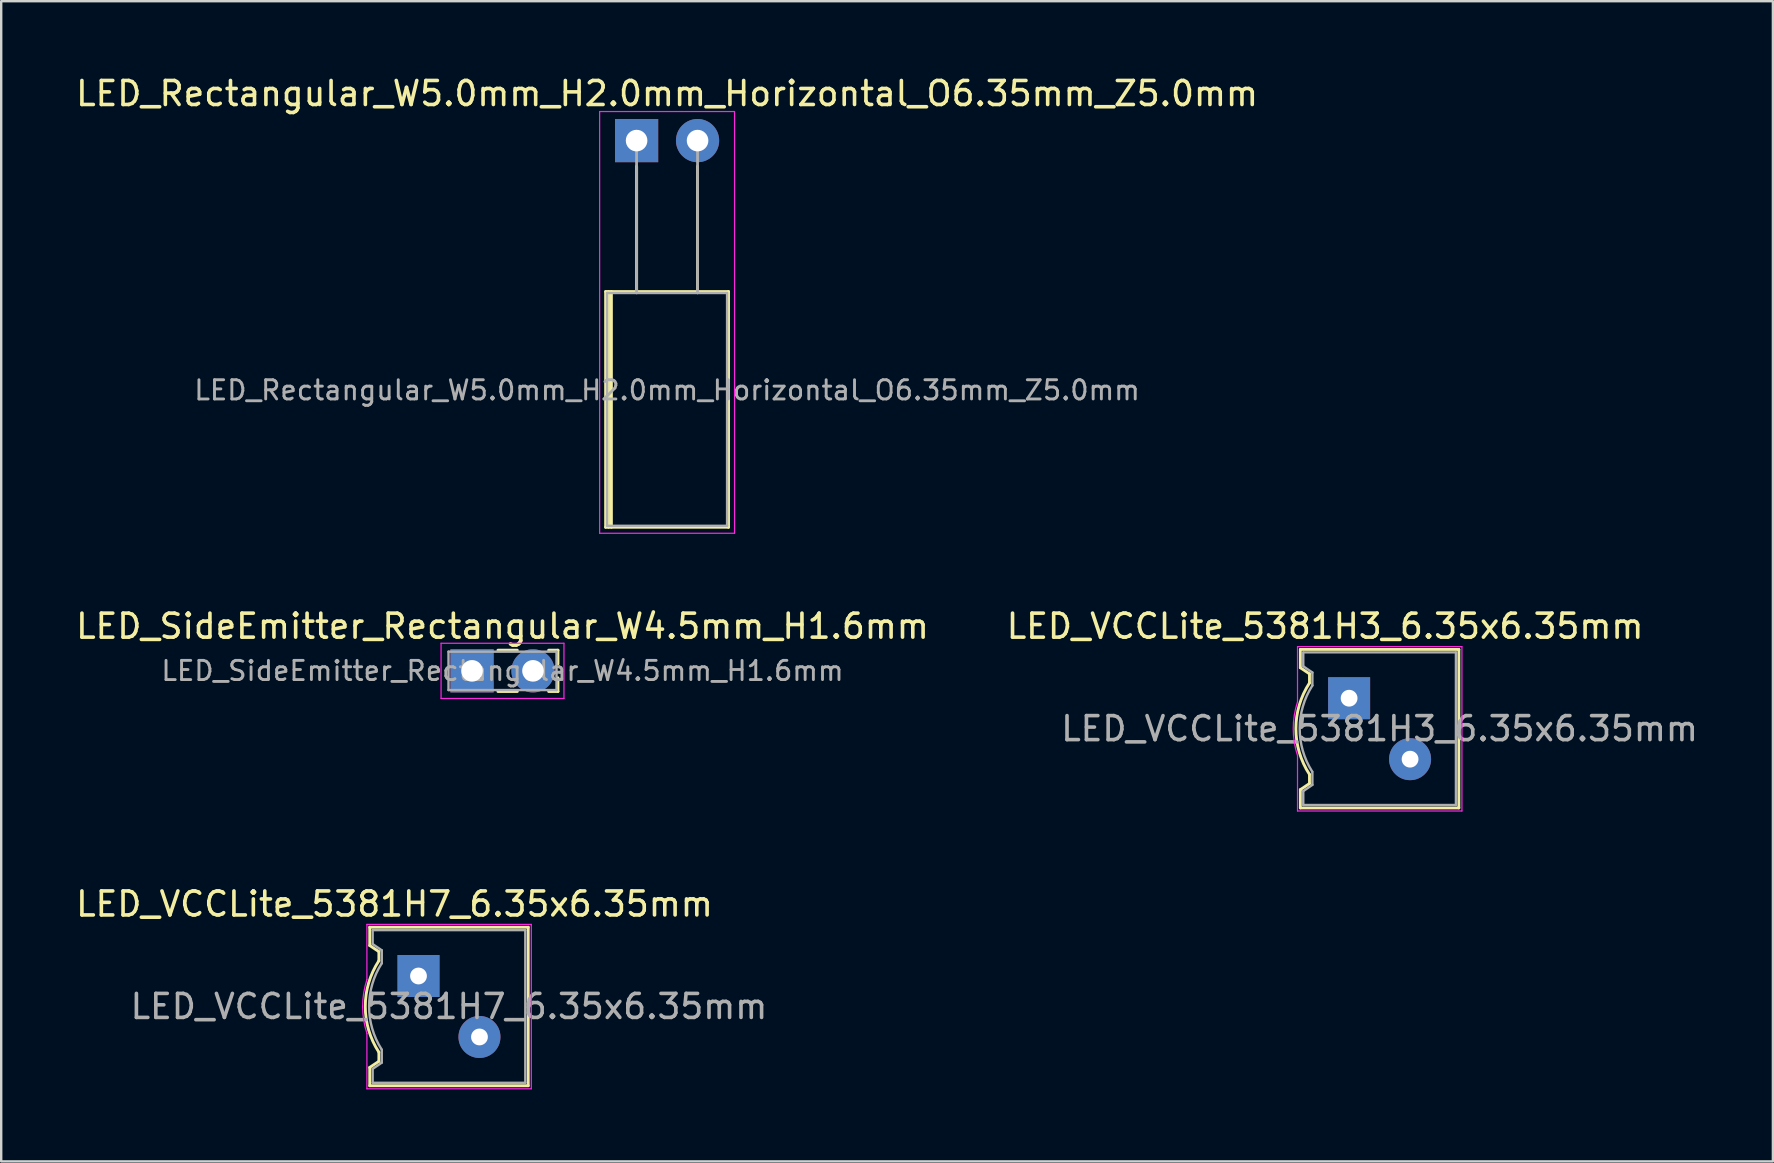
<source format=kicad_pcb>
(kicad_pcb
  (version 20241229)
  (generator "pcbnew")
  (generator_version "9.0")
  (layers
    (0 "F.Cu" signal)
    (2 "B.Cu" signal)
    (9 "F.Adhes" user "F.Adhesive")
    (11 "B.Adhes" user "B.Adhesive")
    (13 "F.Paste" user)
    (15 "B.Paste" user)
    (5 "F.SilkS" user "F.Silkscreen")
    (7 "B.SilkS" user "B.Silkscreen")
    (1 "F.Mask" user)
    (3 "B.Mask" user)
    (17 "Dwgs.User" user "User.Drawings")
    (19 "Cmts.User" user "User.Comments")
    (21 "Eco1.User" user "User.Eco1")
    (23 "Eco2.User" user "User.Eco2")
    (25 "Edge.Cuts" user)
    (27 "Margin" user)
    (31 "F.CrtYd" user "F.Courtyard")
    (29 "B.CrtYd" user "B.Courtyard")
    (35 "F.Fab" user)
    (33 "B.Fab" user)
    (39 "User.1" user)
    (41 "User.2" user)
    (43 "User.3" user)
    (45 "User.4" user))
  (footprint "LED_VCCLite_5381H3_6.35x6.35mm"
    (layer "F.Cu")
    (at 53.161 26.041)
    (property "Reference" "LED_VCCLite_5381H3_6.35x6.35mm" (at -1 -3 0) (layer "F.SilkS") (effects (font (size 1 1) (thickness 0.15))))
    (attr through_hole)
    (fp_line (start -2.032 -2.032) (end -2.032 -1.27) (stroke (width 0.12) (type solid)) (layer "F.SilkS"))
    (fp_line (start -2.032 -1.27) (end -1.651 -1.016) (stroke (width 0.12) (type solid)) (layer "F.SilkS"))
    (fp_line (start -2.032 4.572) (end -2.032 3.81) (stroke (width 0.12) (type solid)) (layer "F.SilkS"))
    (fp_line (start -1.651 -1.016) (end -1.651 -0.635) (stroke (width 0.12) (type solid)) (layer "F.SilkS"))
    (fp_line (start -1.651 3.556) (end -2.032 3.81) (stroke (width 0.12) (type solid)) (layer "F.SilkS"))
    (fp_line (start -1.651 3.556) (end -1.651 3.175) (stroke (width 0.12) (type solid)) (layer "F.SilkS"))
    (fp_line (start 4.572 -2.032) (end -2.032 -2.032) (stroke (width 0.12) (type solid)) (layer "F.SilkS"))
    (fp_line (start 4.572 4.572) (end -2.032 4.572) (stroke (width 0.12) (type solid)) (layer "F.SilkS"))
    (fp_line (start 4.572 4.572) (end 4.572 -2.032) (stroke (width 0.12) (type solid)) (layer "F.SilkS"))
    (fp_arc (start -1.651753 3.173843) (mid -2.2173 1.26931) (end -1.650999 -0.634999) (stroke (width 0.12) (type solid)) (layer "F.SilkS"))
    (fp_line (start -2.15 -2.15) (end -2.15 0.15) (stroke (width 0.05) (type solid)) (layer "F.CrtYd"))
    (fp_line (start -2.15 -2.15) (end 4.7 -2.15) (stroke (width 0.05) (type solid)) (layer "F.CrtYd"))
    (fp_line (start -2.15 4.7) (end -2.15 2.4) (stroke (width 0.05) (type solid)) (layer "F.CrtYd"))
    (fp_line (start 4.7 -2.15) (end 4.7 4.7) (stroke (width 0.05) (type solid)) (layer "F.CrtYd"))
    (fp_line (start 4.7 4.7) (end -2.15 4.7) (stroke (width 0.05) (type solid)) (layer "F.CrtYd"))
    (fp_arc (start -2.147033 2.39902) (mid -2.328719 1.274748) (end -2.15 0.15) (stroke (width 0.05) (type solid)) (layer "F.CrtYd"))
    (fp_line (start -1.91 -1.91) (end -1.91 -1.33) (stroke (width 0.1) (type solid)) (layer "F.Fab"))
    (fp_line (start -1.91 -1.91) (end 4.45 -1.91) (stroke (width 0.1) (type solid)) (layer "F.Fab"))
    (fp_line (start -1.91 -1.33) (end -1.53 -1.07) (stroke (width 0.1) (type solid)) (layer "F.Fab"))
    (fp_line (start -1.91 3.87) (end -1.53 3.61) (stroke (width 0.1) (type solid)) (layer "F.Fab"))
    (fp_line (start -1.91 4.45) (end -1.91 3.87) (stroke (width 0.1) (type solid)) (layer "F.Fab"))
    (fp_line (start -1.53 -1.07) (end -1.53 -0.53) (stroke (width 0.1) (type solid)) (layer "F.Fab"))
    (fp_line (start -1.53 3.61) (end -1.53 3.07) (stroke (width 0.1) (type solid)) (layer "F.Fab"))
    (fp_line (start 4.45 -1.91) (end 4.45 4.45) (stroke (width 0.1) (type solid)) (layer "F.Fab"))
    (fp_line (start 4.45 4.45) (end -1.91 4.45) (stroke (width 0.1) (type solid)) (layer "F.Fab"))
    (fp_arc (start -1.538265 3.057078) (mid -2.058655 1.26233) (end -1.53 -0.53) (stroke (width 0.1) (type solid)) (layer "F.Fab"))
    (fp_text user "${REFERENCE}" (at 1.27 1.27 0) (layer "F.Fab") (effects (font (size 1 1) (thickness 0.15))))
    (pad "1" thru_hole rect (at 0 0 270) (size 1.75 1.75) (drill 0.7) (layers "*.Cu" "*.Mask"))
    (pad "2" thru_hole circle (at 2.54 2.54 270) (size 1.75 1.75) (drill 0.7) (layers "*.Cu" "*.Mask")))
  (footprint "LED_VCCLite_5381H7_6.35x6.35mm"
    (layer "F.Cu")
    (at 14.387 37.615)
    (property "Reference" "LED_VCCLite_5381H7_6.35x6.35mm" (at -1 -3 0) (layer "F.SilkS") (effects (font (size 1 1) (thickness 0.15))))
    (attr through_hole)
    (fp_line (start -2.032 -2.032) (end -2.032 -1.27) (stroke (width 0.12) (type solid)) (layer "F.SilkS"))
    (fp_line (start -2.032 -1.27) (end -1.651 -1.016) (stroke (width 0.12) (type solid)) (layer "F.SilkS"))
    (fp_line (start -2.032 4.572) (end -2.032 3.81) (stroke (width 0.12) (type solid)) (layer "F.SilkS"))
    (fp_line (start -1.651 -1.016) (end -1.651 -0.635) (stroke (width 0.12) (type solid)) (layer "F.SilkS"))
    (fp_line (start -1.651 3.556) (end -2.032 3.81) (stroke (width 0.12) (type solid)) (layer "F.SilkS"))
    (fp_line (start -1.651 3.556) (end -1.651 3.175) (stroke (width 0.12) (type solid)) (layer "F.SilkS"))
    (fp_line (start 4.572 -2.032) (end -2.032 -2.032) (stroke (width 0.12) (type solid)) (layer "F.SilkS"))
    (fp_line (start 4.572 4.572) (end -2.032 4.572) (stroke (width 0.12) (type solid)) (layer "F.SilkS"))
    (fp_line (start 4.572 4.572) (end 4.572 -2.032) (stroke (width 0.12) (type solid)) (layer "F.SilkS"))
    (fp_arc (start -1.651753 3.173843) (mid -2.2173 1.26931) (end -1.650999 -0.634999) (stroke (width 0.12) (type solid)) (layer "F.SilkS"))
    (fp_line (start -2.15 -2.15) (end -2.15 0.15) (stroke (width 0.05) (type solid)) (layer "F.CrtYd"))
    (fp_line (start -2.15 -2.15) (end 4.7 -2.15) (stroke (width 0.05) (type solid)) (layer "F.CrtYd"))
    (fp_line (start -2.15 4.7) (end -2.15 2.4) (stroke (width 0.05) (type solid)) (layer "F.CrtYd"))
    (fp_line (start 4.7 -2.15) (end 4.7 4.7) (stroke (width 0.05) (type solid)) (layer "F.CrtYd"))
    (fp_line (start 4.7 4.7) (end -2.15 4.7) (stroke (width 0.05) (type solid)) (layer "F.CrtYd"))
    (fp_arc (start -2.147033 2.39902) (mid -2.328719 1.274748) (end -2.15 0.15) (stroke (width 0.05) (type solid)) (layer "F.CrtYd"))
    (fp_line (start -1.91 -1.91) (end -1.91 -1.33) (stroke (width 0.1) (type solid)) (layer "F.Fab"))
    (fp_line (start -1.91 -1.91) (end 4.45 -1.91) (stroke (width 0.1) (type solid)) (layer "F.Fab"))
    (fp_line (start -1.91 -1.33) (end -1.53 -1.07) (stroke (width 0.1) (type solid)) (layer "F.Fab"))
    (fp_line (start -1.91 3.87) (end -1.53 3.61) (stroke (width 0.1) (type solid)) (layer "F.Fab"))
    (fp_line (start -1.91 4.45) (end -1.91 3.87) (stroke (width 0.1) (type solid)) (layer "F.Fab"))
    (fp_line (start -1.53 -1.07) (end -1.53 -0.53) (stroke (width 0.1) (type solid)) (layer "F.Fab"))
    (fp_line (start -1.53 3.61) (end -1.53 3.07) (stroke (width 0.1) (type solid)) (layer "F.Fab"))
    (fp_line (start 4.45 -1.91) (end 4.45 4.45) (stroke (width 0.1) (type solid)) (layer "F.Fab"))
    (fp_line (start 4.45 4.45) (end -1.91 4.45) (stroke (width 0.1) (type solid)) (layer "F.Fab"))
    (fp_arc (start -1.538265 3.057078) (mid -2.058655 1.26233) (end -1.53 -0.53) (stroke (width 0.1) (type solid)) (layer "F.Fab"))
    (fp_text user "${REFERENCE}" (at 1.27 1.27 0) (layer "F.Fab") (effects (font (size 1 1) (thickness 0.15))))
    (pad "1" thru_hole rect (at 0 0 270) (size 1.75 1.75) (drill 0.7) (layers "*.Cu" "*.Mask"))
    (pad "2" thru_hole circle (at 2.54 2.54 270) (size 1.75 1.75) (drill 0.7) (layers "*.Cu" "*.Mask")))
  (footprint "LED_SideEmitter_Rectangular_W4.5mm_H1.6mm"
    (layer "F.Cu")
    (at 16.617 24.901)
    (property "Reference" "LED_SideEmitter_Rectangular_W4.5mm_H1.6mm" (at 1.27 -1.86 0) (layer "F.SilkS") (effects (font (size 1 1) (thickness 0.15))))
    (attr through_hole)
    (fp_line (start 1.08 -0.86) (end 1.887 -0.86) (stroke (width 0.12) (type solid)) (layer "F.SilkS"))
    (fp_line (start 1.887 0.86) (end 1.08 0.86) (stroke (width 0.12) (type solid)) (layer "F.SilkS"))
    (fp_line (start 3.193 -0.86) (end 3.58 -0.86) (stroke (width 0.12) (type solid)) (layer "F.SilkS"))
    (fp_line (start 3.58 -0.86) (end 3.58 -0.291) (stroke (width 0.12) (type solid)) (layer "F.SilkS"))
    (fp_line (start 3.58 0.291) (end 3.58 0.86) (stroke (width 0.12) (type solid)) (layer "F.SilkS"))
    (fp_line (start 3.58 0.86) (end 3.193 0.86) (stroke (width 0.12) (type solid)) (layer "F.SilkS"))
    (fp_line (start -1.29 -1.15) (end -1.29 1.15) (stroke (width 0.05) (type solid)) (layer "F.CrtYd"))
    (fp_line (start -1.29 1.15) (end 3.83 1.15) (stroke (width 0.05) (type solid)) (layer "F.CrtYd"))
    (fp_line (start 3.83 -1.15) (end -1.29 -1.15) (stroke (width 0.05) (type solid)) (layer "F.CrtYd"))
    (fp_line (start 3.83 1.15) (end 3.83 -1.15) (stroke (width 0.05) (type solid)) (layer "F.CrtYd"))
    (fp_line (start -0.98 -0.8) (end -0.98 0.8) (stroke (width 0.1) (type solid)) (layer "F.Fab"))
    (fp_line (start -0.98 0.8) (end 3.52 0.8) (stroke (width 0.1) (type solid)) (layer "F.Fab"))
    (fp_line (start 3.52 -0.8) (end -0.98 -0.8) (stroke (width 0.1) (type solid)) (layer "F.Fab"))
    (fp_line (start 3.52 0.8) (end 3.52 -0.8) (stroke (width 0.1) (type solid)) (layer "F.Fab"))
    (fp_text user "${REFERENCE}" (at 1.27 0 0) (layer "F.Fab") (effects (font (size 0.8 0.8) (thickness 0.12))))
    (pad "1" thru_hole rect (at 0 0) (size 1.8 1.8) (drill 0.9) (layers "*.Cu" "*.Mask"))
    (pad "2" thru_hole circle (at 2.54 0) (size 1.8 1.8) (drill 0.9) (layers "*.Cu" "*.Mask")))
  (footprint "LED_Rectangular_W5.0mm_H2.0mm_Horizontal_O6.35mm_Z5.0mm"
    (layer "F.Cu")
    (at 23.474 2.808)
    (property "Reference" "LED_Rectangular_W5.0mm_H2.0mm_Horizontal_O6.35mm_Z5.0mm" (at 1.27 -1.96 0) (layer "F.SilkS") (effects (font (size 1 1) (thickness 0.15))))
    (attr through_hole)
    (fp_line (start -1.29 6.29) (end -1.29 16.11) (stroke (width 0.12) (type solid)) (layer "F.SilkS"))
    (fp_line (start -1.29 16.11) (end 3.83 16.11) (stroke (width 0.12) (type solid)) (layer "F.SilkS"))
    (fp_line (start -1.17 6.29) (end -1.17 16.11) (stroke (width 0.12) (type solid)) (layer "F.SilkS"))
    (fp_line (start -1.05 6.29) (end -1.05 16.11) (stroke (width 0.12) (type solid)) (layer "F.SilkS"))
    (fp_line (start 0 1.08) (end 0 6.29) (stroke (width 0.12) (type solid)) (layer "F.SilkS"))
    (fp_line (start 0 6.29) (end 0 1.08) (stroke (width 0.12) (type solid)) (layer "F.SilkS"))
    (fp_line (start 2.54 1.08) (end 2.54 6.29) (stroke (width 0.12) (type solid)) (layer "F.SilkS"))
    (fp_line (start 2.54 6.29) (end 2.54 1.08) (stroke (width 0.12) (type solid)) (layer "F.SilkS"))
    (fp_line (start 3.83 6.29) (end -1.29 6.29) (stroke (width 0.12) (type solid)) (layer "F.SilkS"))
    (fp_line (start 3.83 16.11) (end 3.83 6.29) (stroke (width 0.12) (type solid)) (layer "F.SilkS"))
    (fp_line (start -1.54 -1.21) (end -1.54 16.36) (stroke (width 0.05) (type solid)) (layer "F.CrtYd"))
    (fp_line (start -1.54 16.36) (end 4.08 16.36) (stroke (width 0.05) (type solid)) (layer "F.CrtYd"))
    (fp_line (start 4.08 -1.21) (end -1.54 -1.21) (stroke (width 0.05) (type solid)) (layer "F.CrtYd"))
    (fp_line (start 4.08 16.36) (end 4.08 -1.21) (stroke (width 0.05) (type solid)) (layer "F.CrtYd"))
    (fp_line (start -1.23 6.35) (end -1.23 16.05) (stroke (width 0.1) (type solid)) (layer "F.Fab"))
    (fp_line (start -1.23 16.05) (end 3.77 16.05) (stroke (width 0.1) (type solid)) (layer "F.Fab"))
    (fp_line (start 0 0) (end 0 6.35) (stroke (width 0.1) (type solid)) (layer "F.Fab"))
    (fp_line (start 0 6.35) (end 0 0) (stroke (width 0.1) (type solid)) (layer "F.Fab"))
    (fp_line (start 2.54 0) (end 2.54 6.35) (stroke (width 0.1) (type solid)) (layer "F.Fab"))
    (fp_line (start 2.54 6.35) (end 2.54 0) (stroke (width 0.1) (type solid)) (layer "F.Fab"))
    (fp_line (start 3.77 6.35) (end -1.23 6.35) (stroke (width 0.1) (type solid)) (layer "F.Fab"))
    (fp_line (start 3.77 16.05) (end 3.77 6.35) (stroke (width 0.1) (type solid)) (layer "F.Fab"))
    (fp_text user "${REFERENCE}" (at 1.27 10.4 0) (layer "F.Fab") (effects (font (size 0.8 0.8) (thickness 0.12))))
    (pad "1" thru_hole rect (at 0 0) (size 1.8 1.8) (drill 0.9) (layers "*.Cu" "*.Mask"))
    (pad "2" thru_hole circle (at 2.54 0) (size 1.8 1.8) (drill 0.9) (layers "*.Cu" "*.Mask")))
  (gr_rect
    (start -3 -3)
    (end 70.818 45.34)
    (stroke (width 0.1) (type default))
    (fill no)
    (layer "Edge.Cuts")))
</source>
